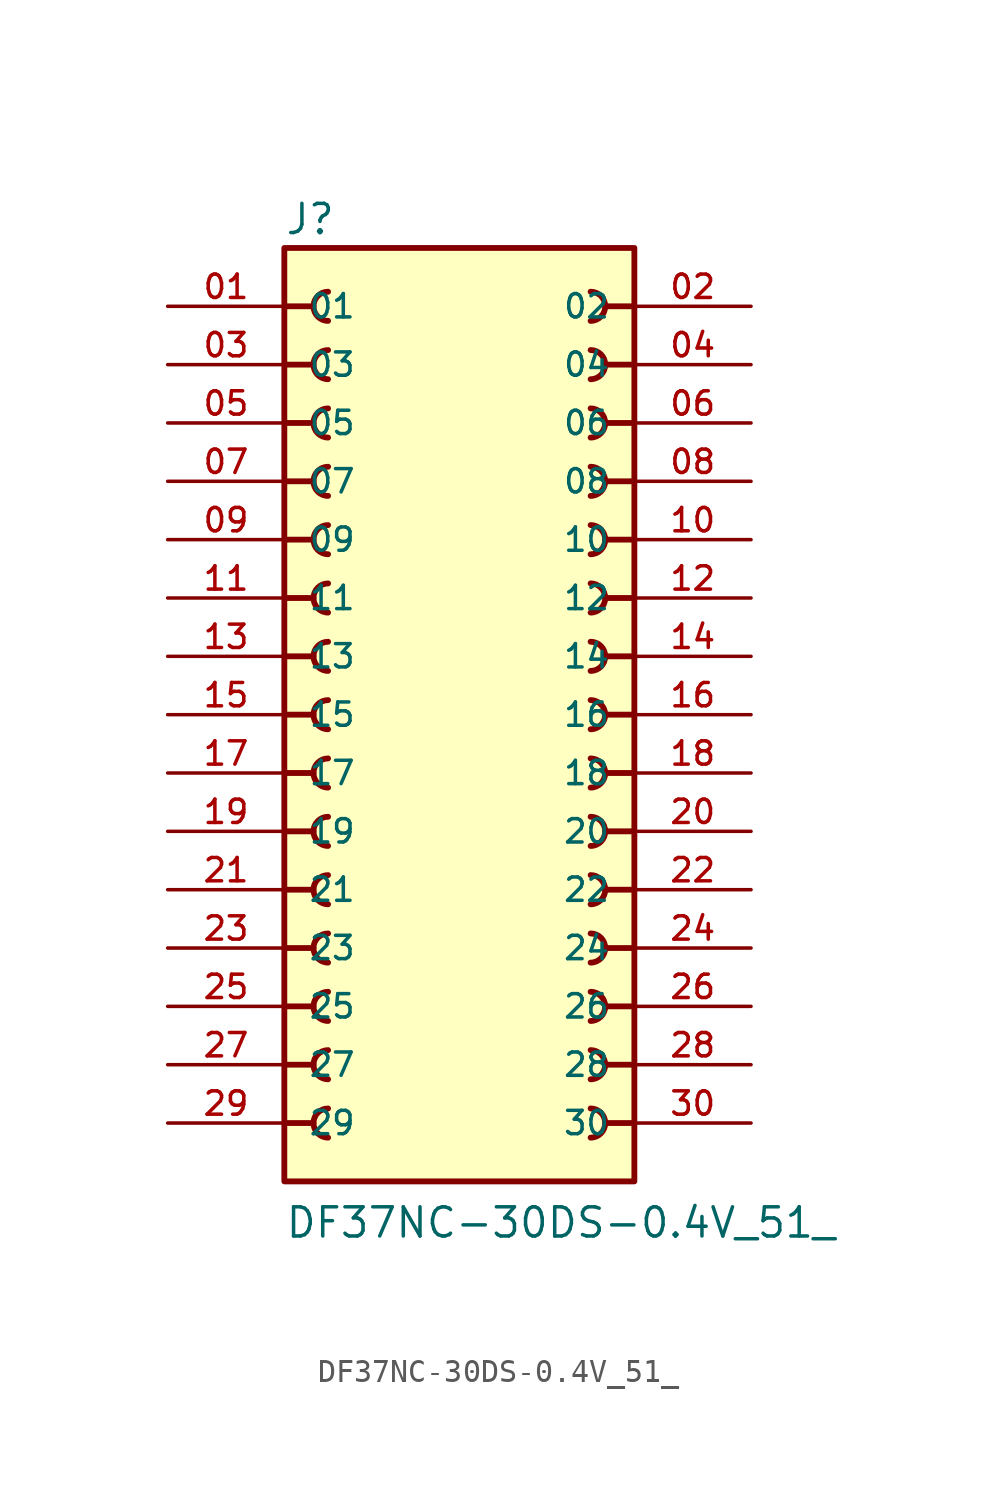
<source format=kicad_sym>
(kicad_symbol_lib
  (version 20211014)
  (generator kicad_symbol_editor)
  (symbol "DF37NC-30DS-0.4V_51_"
    (pin_names
      (offset 1.016))
    (property "Reference" "J"
      (at -7.62 20.828 0)
      (effects (font (size 1.27 1.27)) (justify bottom left)))
    (property "Value" "DF37NC-30DS-0.4V_51_"
      (at -7.62 -22.86 0)
      (effects (font (size 1.27 1.27)) (justify bottom left)))
    (symbol "DF37NC-30DS-0.4V_51__0_0"
      (polyline (pts (xy -7.62 17.78) (xy -6.35 17.78)) (stroke (width 0.254)))
      (arc (start -5.715 18.415) (mid -6.35 17.78) (end -5.715 17.145) (stroke (width 0.254) (type default) (color 0 0 0 0)) (fill (type none)))
      (polyline (pts (xy 7.62 17.78) (xy 6.35 17.78)) (stroke (width 0.254)))
      (arc (start 5.715 17.145) (mid 6.35 17.78) (end 5.715 18.415) (stroke (width 0.254) (type default) (color 0 0 0 0)) (fill (type none)))
      (polyline (pts (xy -7.62 15.24) (xy -6.35 15.24)) (stroke (width 0.254)))
      (arc (start -5.715 15.875) (mid -6.35 15.24) (end -5.715 14.605) (stroke (width 0.254) (type default) (color 0 0 0 0)) (fill (type none)))
      (polyline (pts (xy 7.62 15.24) (xy 6.35 15.24)) (stroke (width 0.254)))
      (arc (start 5.715 14.605) (mid 6.35 15.24) (end 5.715 15.875) (stroke (width 0.254) (type default) (color 0 0 0 0)) (fill (type none)))
      (polyline (pts (xy -7.62 12.7) (xy -6.35 12.7)) (stroke (width 0.254)))
      (arc (start -5.715 13.335) (mid -6.35 12.7) (end -5.715 12.065) (stroke (width 0.254) (type default) (color 0 0 0 0)) (fill (type none)))
      (polyline (pts (xy 7.62 12.7) (xy 6.35 12.7)) (stroke (width 0.254)))
      (arc (start 5.715 12.065) (mid 6.35 12.7) (end 5.715 13.335) (stroke (width 0.254) (type default) (color 0 0 0 0)) (fill (type none)))
      (polyline (pts (xy -7.62 10.16) (xy -6.35 10.16)) (stroke (width 0.254)))
      (arc (start -5.715 10.795) (mid -6.35 10.16) (end -5.715 9.525) (stroke (width 0.254) (type default) (color 0 0 0 0)) (fill (type none)))
      (polyline (pts (xy 7.62 10.16) (xy 6.35 10.16)) (stroke (width 0.254)))
      (arc (start 5.715 9.525) (mid 6.35 10.16) (end 5.715 10.795) (stroke (width 0.254) (type default) (color 0 0 0 0)) (fill (type none)))
      (polyline (pts (xy -7.62 7.62) (xy -6.35 7.62)) (stroke (width 0.254)))
      (arc (start -5.715 8.255) (mid -6.35 7.62) (end -5.715 6.985) (stroke (width 0.254) (type default) (color 0 0 0 0)) (fill (type none)))
      (polyline (pts (xy 7.62 7.62) (xy 6.35 7.62)) (stroke (width 0.254)))
      (arc (start 5.715 6.985) (mid 6.35 7.62) (end 5.715 8.255) (stroke (width 0.254) (type default) (color 0 0 0 0)) (fill (type none)))
      (polyline (pts (xy -7.62 5.08) (xy -6.35 5.08)) (stroke (width 0.254)))
      (arc (start -5.715 5.715) (mid -6.35 5.08) (end -5.715 4.445) (stroke (width 0.254) (type default) (color 0 0 0 0)) (fill (type none)))
      (polyline (pts (xy 7.62 5.08) (xy 6.35 5.08)) (stroke (width 0.254)))
      (arc (start 5.715 4.445) (mid 6.35 5.08) (end 5.715 5.715) (stroke (width 0.254) (type default) (color 0 0 0 0)) (fill (type none)))
      (polyline (pts (xy -7.62 2.54) (xy -6.35 2.54)) (stroke (width 0.254)))
      (arc (start -5.715 3.175) (mid -6.35 2.54) (end -5.715 1.905) (stroke (width 0.254) (type default) (color 0 0 0 0)) (fill (type none)))
      (polyline (pts (xy 7.62 2.54) (xy 6.35 2.54)) (stroke (width 0.254)))
      (arc (start 5.715 1.905) (mid 6.35 2.54) (end 5.715 3.175) (stroke (width 0.254) (type default) (color 0 0 0 0)) (fill (type none)))
      (polyline (pts (xy -7.62 0.0) (xy -6.35 0.0)) (stroke (width 0.254)))
      (arc (start -5.715 0.635) (mid -6.35 -0.0) (end -5.715 -0.635) (stroke (width 0.254) (type default) (color 0 0 0 0)) (fill (type none)))
      (polyline (pts (xy 7.62 0.0) (xy 6.35 0.0)) (stroke (width 0.254)))
      (arc (start 5.715 -0.635) (mid 6.35 0.0) (end 5.715 0.635) (stroke (width 0.254) (type default) (color 0 0 0 0)) (fill (type none)))
      (polyline (pts (xy -7.62 -2.54) (xy -6.35 -2.54)) (stroke (width 0.254)))
      (arc (start -5.715 -1.905) (mid -6.35 -2.54) (end -5.715 -3.175) (stroke (width 0.254) (type default) (color 0 0 0 0)) (fill (type none)))
      (polyline (pts (xy 7.62 -2.54) (xy 6.35 -2.54)) (stroke (width 0.254)))
      (arc (start 5.715 -3.175) (mid 6.35 -2.54) (end 5.715 -1.905) (stroke (width 0.254) (type default) (color 0 0 0 0)) (fill (type none)))
      (polyline (pts (xy -7.62 -5.08) (xy -6.35 -5.08)) (stroke (width 0.254)))
      (arc (start -5.715 -4.445) (mid -6.35 -5.08) (end -5.715 -5.715) (stroke (width 0.254) (type default) (color 0 0 0 0)) (fill (type none)))
      (polyline (pts (xy 7.62 -5.08) (xy 6.35 -5.08)) (stroke (width 0.254)))
      (arc (start 5.715 -5.715) (mid 6.35 -5.08) (end 5.715 -4.445) (stroke (width 0.254) (type default) (color 0 0 0 0)) (fill (type none)))
      (polyline (pts (xy -7.62 -7.62) (xy -6.35 -7.62)) (stroke (width 0.254)))
      (arc (start -5.715 -6.985) (mid -6.35 -7.62) (end -5.715 -8.255) (stroke (width 0.254) (type default) (color 0 0 0 0)) (fill (type none)))
      (polyline (pts (xy 7.62 -7.62) (xy 6.35 -7.62)) (stroke (width 0.254)))
      (arc (start 5.715 -8.255) (mid 6.35 -7.62) (end 5.715 -6.985) (stroke (width 0.254) (type default) (color 0 0 0 0)) (fill (type none)))
      (polyline (pts (xy -7.62 -10.16) (xy -6.35 -10.16)) (stroke (width 0.254)))
      (arc (start -5.715 -9.525) (mid -6.35 -10.16) (end -5.715 -10.795) (stroke (width 0.254) (type default) (color 0 0 0 0)) (fill (type none)))
      (polyline (pts (xy 7.62 -10.16) (xy 6.35 -10.16)) (stroke (width 0.254)))
      (arc (start 5.715 -10.795) (mid 6.35 -10.16) (end 5.715 -9.525) (stroke (width 0.254) (type default) (color 0 0 0 0)) (fill (type none)))
      (polyline (pts (xy -7.62 -12.7) (xy -6.35 -12.7)) (stroke (width 0.254)))
      (arc (start -5.715 -12.065) (mid -6.35 -12.7) (end -5.715 -13.335) (stroke (width 0.254) (type default) (color 0 0 0 0)) (fill (type none)))
      (polyline (pts (xy 7.62 -12.7) (xy 6.35 -12.7)) (stroke (width 0.254)))
      (arc (start 5.715 -13.335) (mid 6.35 -12.7) (end 5.715 -12.065) (stroke (width 0.254) (type default) (color 0 0 0 0)) (fill (type none)))
      (polyline (pts (xy -7.62 -15.24) (xy -6.35 -15.24)) (stroke (width 0.254)))
      (arc (start -5.715 -14.605) (mid -6.35 -15.24) (end -5.715 -15.875) (stroke (width 0.254) (type default) (color 0 0 0 0)) (fill (type none)))
      (polyline (pts (xy 7.62 -15.24) (xy 6.35 -15.24)) (stroke (width 0.254)))
      (arc (start 5.715 -15.875) (mid 6.35 -15.24) (end 5.715 -14.605) (stroke (width 0.254) (type default) (color 0 0 0 0)) (fill (type none)))
      (polyline (pts (xy -7.62 -17.78) (xy -6.35 -17.78)) (stroke (width 0.254)))
      (arc (start -5.715 -17.145) (mid -6.35 -17.78) (end -5.715 -18.415) (stroke (width 0.254) (type default) (color 0 0 0 0)) (fill (type none)))
      (polyline (pts (xy 7.62 -17.78) (xy 6.35 -17.78)) (stroke (width 0.254)))
      (arc (start 5.715 -18.415) (mid 6.35 -17.78) (end 5.715 -17.145) (stroke (width 0.254) (type default) (color 0 0 0 0)) (fill (type none)))
      (rectangle (start -7.62 -20.32) (end 7.62 20.32) (stroke (width 0.254)) (fill (type background)))
      (pin passive line (at -12.7 17.78 0) (length 5.08) (name "01" (effects (font (size 1.016 1.016)))) (number "01" (effects (font (size 1.016 1.016)))))
      (pin passive line (at 12.7 17.78 180.0) (length 5.08) (name "02" (effects (font (size 1.016 1.016)))) (number "02" (effects (font (size 1.016 1.016)))))
      (pin passive line (at -12.7 15.24 0) (length 5.08) (name "03" (effects (font (size 1.016 1.016)))) (number "03" (effects (font (size 1.016 1.016)))))
      (pin passive line (at 12.7 15.24 180.0) (length 5.08) (name "04" (effects (font (size 1.016 1.016)))) (number "04" (effects (font (size 1.016 1.016)))))
      (pin passive line (at -12.7 12.7 0) (length 5.08) (name "05" (effects (font (size 1.016 1.016)))) (number "05" (effects (font (size 1.016 1.016)))))
      (pin passive line (at 12.7 12.7 180.0) (length 5.08) (name "06" (effects (font (size 1.016 1.016)))) (number "06" (effects (font (size 1.016 1.016)))))
      (pin passive line (at -12.7 10.16 0) (length 5.08) (name "07" (effects (font (size 1.016 1.016)))) (number "07" (effects (font (size 1.016 1.016)))))
      (pin passive line (at 12.7 10.16 180.0) (length 5.08) (name "08" (effects (font (size 1.016 1.016)))) (number "08" (effects (font (size 1.016 1.016)))))
      (pin passive line (at -12.7 7.62 0) (length 5.08) (name "09" (effects (font (size 1.016 1.016)))) (number "09" (effects (font (size 1.016 1.016)))))
      (pin passive line (at 12.7 7.62 180.0) (length 5.08) (name "10" (effects (font (size 1.016 1.016)))) (number "10" (effects (font (size 1.016 1.016)))))
      (pin passive line (at -12.7 5.08 0) (length 5.08) (name "11" (effects (font (size 1.016 1.016)))) (number "11" (effects (font (size 1.016 1.016)))))
      (pin passive line (at 12.7 5.08 180.0) (length 5.08) (name "12" (effects (font (size 1.016 1.016)))) (number "12" (effects (font (size 1.016 1.016)))))
      (pin passive line (at -12.7 2.54 0) (length 5.08) (name "13" (effects (font (size 1.016 1.016)))) (number "13" (effects (font (size 1.016 1.016)))))
      (pin passive line (at 12.7 2.54 180.0) (length 5.08) (name "14" (effects (font (size 1.016 1.016)))) (number "14" (effects (font (size 1.016 1.016)))))
      (pin passive line (at -12.7 0.0 0) (length 5.08) (name "15" (effects (font (size 1.016 1.016)))) (number "15" (effects (font (size 1.016 1.016)))))
      (pin passive line (at 12.7 0.0 180.0) (length 5.08) (name "16" (effects (font (size 1.016 1.016)))) (number "16" (effects (font (size 1.016 1.016)))))
      (pin passive line (at -12.7 -2.54 0) (length 5.08) (name "17" (effects (font (size 1.016 1.016)))) (number "17" (effects (font (size 1.016 1.016)))))
      (pin passive line (at 12.7 -2.54 180.0) (length 5.08) (name "18" (effects (font (size 1.016 1.016)))) (number "18" (effects (font (size 1.016 1.016)))))
      (pin passive line (at -12.7 -5.08 0) (length 5.08) (name "19" (effects (font (size 1.016 1.016)))) (number "19" (effects (font (size 1.016 1.016)))))
      (pin passive line (at 12.7 -5.08 180.0) (length 5.08) (name "20" (effects (font (size 1.016 1.016)))) (number "20" (effects (font (size 1.016 1.016)))))
      (pin passive line (at -12.7 -7.62 0) (length 5.08) (name "21" (effects (font (size 1.016 1.016)))) (number "21" (effects (font (size 1.016 1.016)))))
      (pin passive line (at 12.7 -7.62 180.0) (length 5.08) (name "22" (effects (font (size 1.016 1.016)))) (number "22" (effects (font (size 1.016 1.016)))))
      (pin passive line (at -12.7 -10.16 0) (length 5.08) (name "23" (effects (font (size 1.016 1.016)))) (number "23" (effects (font (size 1.016 1.016)))))
      (pin passive line (at 12.7 -10.16 180.0) (length 5.08) (name "24" (effects (font (size 1.016 1.016)))) (number "24" (effects (font (size 1.016 1.016)))))
      (pin passive line (at -12.7 -12.7 0) (length 5.08) (name "25" (effects (font (size 1.016 1.016)))) (number "25" (effects (font (size 1.016 1.016)))))
      (pin passive line (at 12.7 -12.7 180.0) (length 5.08) (name "26" (effects (font (size 1.016 1.016)))) (number "26" (effects (font (size 1.016 1.016)))))
      (pin passive line (at -12.7 -15.24 0) (length 5.08) (name "27" (effects (font (size 1.016 1.016)))) (number "27" (effects (font (size 1.016 1.016)))))
      (pin passive line (at 12.7 -15.24 180.0) (length 5.08) (name "28" (effects (font (size 1.016 1.016)))) (number "28" (effects (font (size 1.016 1.016)))))
      (pin passive line (at -12.7 -17.78 0) (length 5.08) (name "29" (effects (font (size 1.016 1.016)))) (number "29" (effects (font (size 1.016 1.016)))))
      (pin passive line (at 12.7 -17.78 180.0) (length 5.08) (name "30" (effects (font (size 1.016 1.016)))) (number "30" (effects (font (size 1.016 1.016))))))))
</source>
